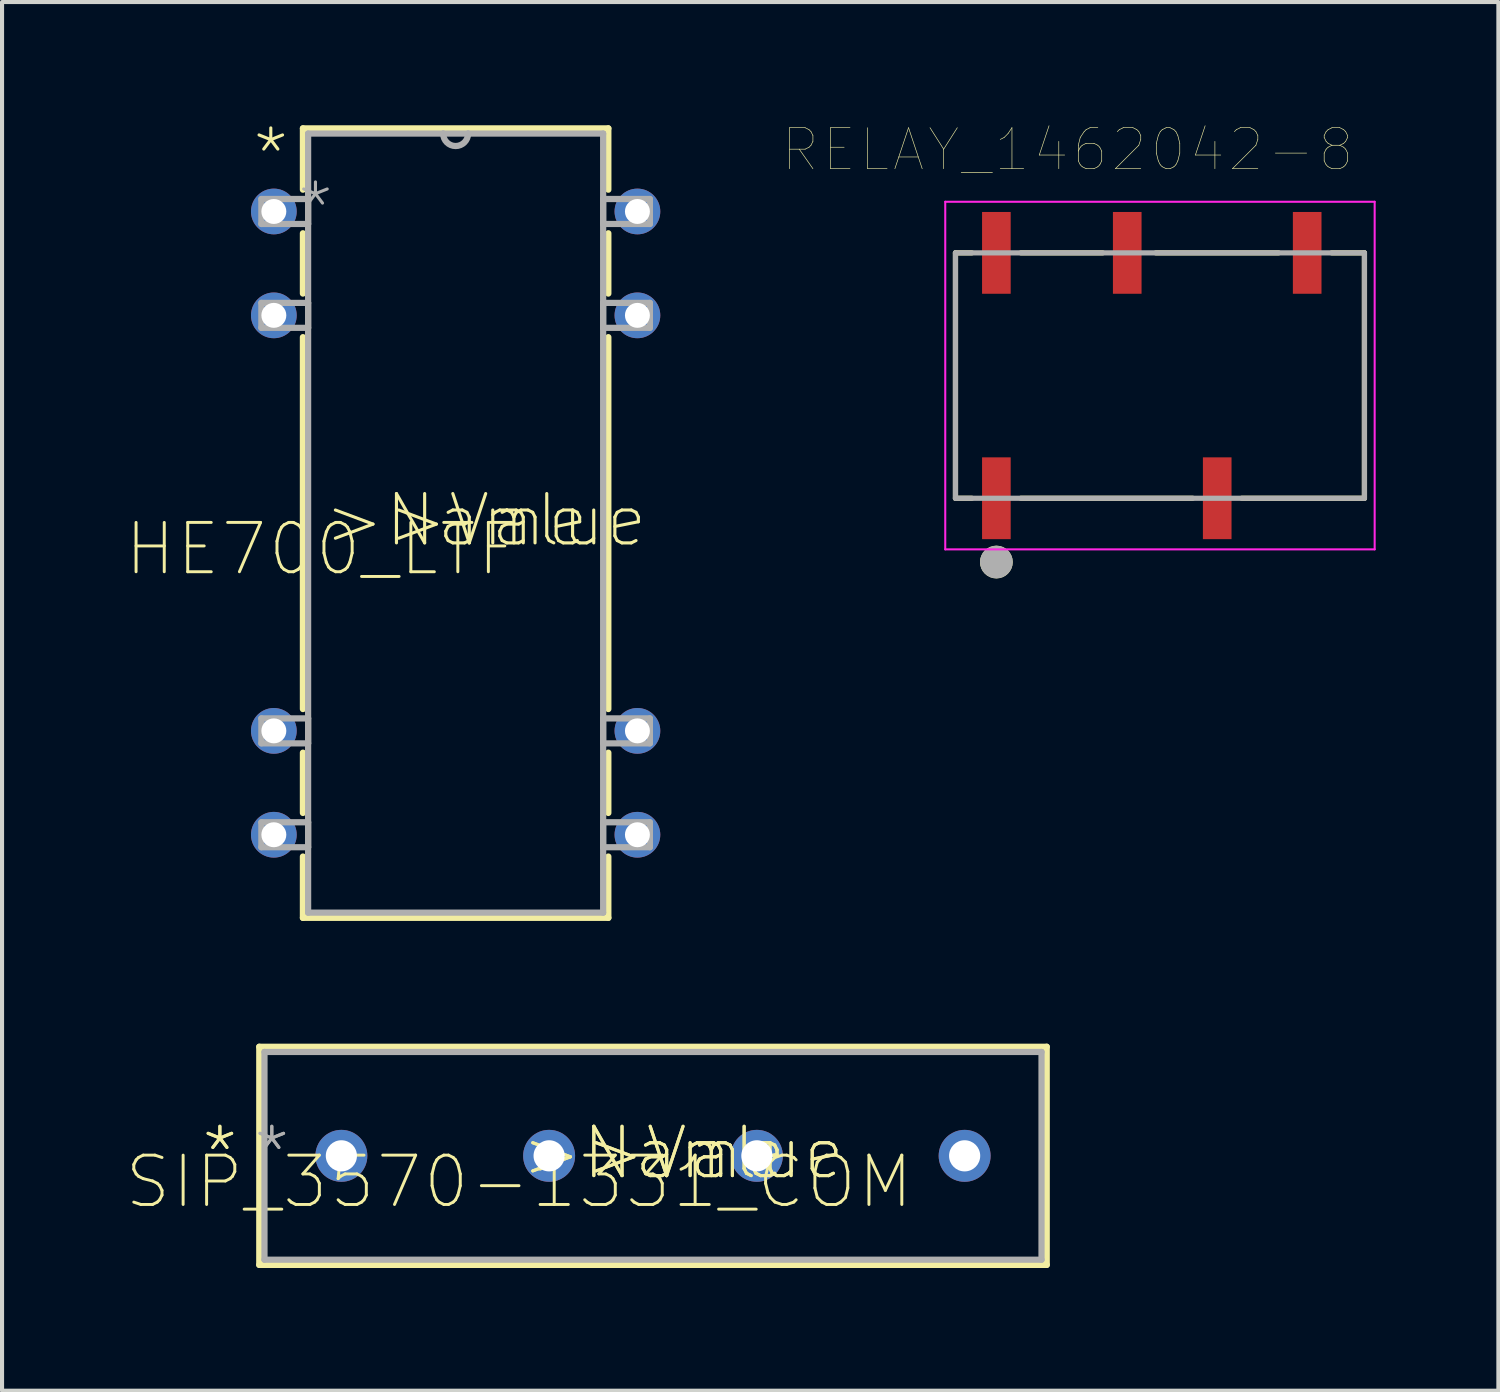
<source format=kicad_pcb>
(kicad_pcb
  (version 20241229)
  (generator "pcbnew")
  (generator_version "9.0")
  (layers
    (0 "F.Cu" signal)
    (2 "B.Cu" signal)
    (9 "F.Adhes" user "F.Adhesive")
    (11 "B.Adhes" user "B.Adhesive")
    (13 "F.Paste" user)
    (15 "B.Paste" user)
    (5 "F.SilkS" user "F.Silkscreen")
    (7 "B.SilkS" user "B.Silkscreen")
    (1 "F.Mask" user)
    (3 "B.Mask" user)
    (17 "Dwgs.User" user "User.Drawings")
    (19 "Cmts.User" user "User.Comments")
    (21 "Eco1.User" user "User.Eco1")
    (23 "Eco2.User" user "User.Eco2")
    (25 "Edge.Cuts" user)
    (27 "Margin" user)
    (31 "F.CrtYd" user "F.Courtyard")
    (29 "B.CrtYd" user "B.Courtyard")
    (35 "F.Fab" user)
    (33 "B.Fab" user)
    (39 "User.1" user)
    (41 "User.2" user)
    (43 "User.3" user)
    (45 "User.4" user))
  (footprint "RELAY_1462042-8"
    (layer "F.Cu")
    (at 25.313 6.133)
    (property "Reference" "RELAY_1462042-8" (at -2.259 -5.521 0) (layer "F.SilkS") (effects (font (size 1.002 1.002) (thickness 0.015))))
    (attr through_hole)
    (fp_line (start -5 -3) (end -5 3) (stroke (width 0.127) (type solid)) (layer "F.SilkS"))
    (fp_line (start -5 3) (end -4.6 3) (stroke (width 0.127) (type solid)) (layer "F.SilkS"))
    (fp_line (start -4.6 -3) (end -5 -3) (stroke (width 0.127) (type solid)) (layer "F.SilkS"))
    (fp_line (start -3.4 -3) (end -1.4 -3) (stroke (width 0.127) (type solid)) (layer "F.SilkS"))
    (fp_line (start -3.4 3) (end 0.8 3) (stroke (width 0.127) (type solid)) (layer "F.SilkS"))
    (fp_line (start -0.1 -3) (end 2.9 -3) (stroke (width 0.127) (type solid)) (layer "F.SilkS"))
    (fp_line (start 2 3) (end 5 3) (stroke (width 0.127) (type solid)) (layer "F.SilkS"))
    (fp_line (start 4.2 -3) (end 5 -3) (stroke (width 0.127) (type solid)) (layer "F.SilkS"))
    (fp_line (start 5 3) (end 5 -3) (stroke (width 0.127) (type solid)) (layer "F.SilkS"))
    (fp_circle (center -4 4.56) (end -3.8 4.56) (stroke (width 0.4) (type solid)) (fill no) (layer "F.SilkS"))
    (fp_line (start -5.25 -4.25) (end -5.25 4.25) (stroke (width 0.05) (type solid)) (layer "F.CrtYd"))
    (fp_line (start -5.25 4.25) (end 5.25 4.25) (stroke (width 0.05) (type solid)) (layer "F.CrtYd"))
    (fp_line (start 5.25 -4.25) (end -5.25 -4.25) (stroke (width 0.05) (type solid)) (layer "F.CrtYd"))
    (fp_line (start 5.25 4.25) (end 5.25 -4.25) (stroke (width 0.05) (type solid)) (layer "F.CrtYd"))
    (fp_line (start -5 -3) (end -5 3) (stroke (width 0.127) (type solid)) (layer "F.Fab"))
    (fp_line (start -5 3) (end 5 3) (stroke (width 0.127) (type solid)) (layer "F.Fab"))
    (fp_line (start 5 -3) (end -5 -3) (stroke (width 0.127) (type solid)) (layer "F.Fab"))
    (fp_line (start 5 3) (end 5 -3) (stroke (width 0.127) (type solid)) (layer "F.Fab"))
    (fp_circle (center -4 4.56) (end -3.8 4.56) (stroke (width 0.4) (type solid)) (fill no) (layer "F.Fab"))
    (pad "1" smd rect (at -4 3) (size 0.7 2) (layers "F.Cu" "F.Mask" "F.Paste"))
    (pad "3" smd rect (at 1.4 3) (size 0.7 2) (layers "F.Cu" "F.Mask" "F.Paste"))
    (pad "5" smd rect (at 3.6 -3) (size 0.7 2) (layers "F.Cu" "F.Mask" "F.Paste"))
    (pad "7" smd rect (at -0.8 -3) (size 0.7 2) (layers "F.Cu" "F.Mask" "F.Paste"))
    (pad "8" smd rect (at -4 -3) (size 0.7 2) (layers "F.Cu" "F.Mask" "F.Paste")))
  (footprint "SIP_3570-1331_COM"
    (layer "F.Cu")
    (at 5.297 25.212)
    (property "Reference" "SIP_3570-1331_COM" (at 4.343 0.635 0) (layer "F.SilkS") (effects (font (size 1.206 1.206) (thickness 0.072))))
    (attr through_hole)
    (fp_line (start -2.007 -2.667) (end -2.007 2.667) (stroke (width 0.152) (type solid)) (layer "F.SilkS"))
    (fp_line (start -2.007 2.667) (end 17.247 2.667) (stroke (width 0.152) (type solid)) (layer "F.SilkS"))
    (fp_line (start 17.247 -2.667) (end -2.007 -2.667) (stroke (width 0.152) (type solid)) (layer "F.SilkS"))
    (fp_line (start 17.247 2.667) (end 17.247 -2.667) (stroke (width 0.152) (type solid)) (layer "F.SilkS"))
    (fp_line (start -1.88 -2.54) (end -1.88 2.54) (stroke (width 0.152) (type solid)) (layer "F.Fab"))
    (fp_line (start -1.88 2.54) (end 17.12 2.54) (stroke (width 0.152) (type solid)) (layer "F.Fab"))
    (fp_line (start 17.12 -2.54) (end -1.88 -2.54) (stroke (width 0.152) (type solid)) (layer "F.Fab"))
    (fp_line (start 17.12 2.54) (end 17.12 -2.54) (stroke (width 0.152) (type solid)) (layer "F.Fab"))
    (fp_text user ">Value" (at 5.893 0.635 0) (layer "F.SilkS") (effects (font (size 1.206 1.206) (thickness 0.076)) (justify left bottom)))
    (fp_text user ">Name" (at 4.343 0.635 0) (layer "F.SilkS") (effects (font (size 1.206 1.206) (thickness 0.076)) (justify left bottom)))
    (fp_text user "*" (at -3.48 0.635 0) (layer "F.SilkS") (effects (font (size 1.206 1.206) (thickness 0.076)) (justify left bottom)))
    (fp_text user ">Name" (at 4.343 0.635 0) (layer "F.SilkS") (effects (font (size 1.206 1.206) (thickness 0.076)) (justify left bottom)))
    (fp_text user ">Value" (at 5.893 0.635 0) (layer "F.SilkS") (effects (font (size 1.206 1.206) (thickness 0.076)) (justify left bottom)))
    (fp_text user "*" (at -3.48 0.635 0) (layer "F.SilkS") (effects (font (size 1.206 1.206) (thickness 0.076)) (justify left bottom)))
    (fp_text user "*" (at -2.21 0.635 0) (layer "F.Fab") (effects (font (size 1.206 1.206) (thickness 0.076)) (justify left bottom)))
    (fp_text user "*" (at -2.21 0.635 0) (layer "F.Fab") (effects (font (size 1.206 1.206) (thickness 0.076)) (justify left bottom)))
    (pad "1" thru_hole circle (at 0 0) (size 1.27 1.27) (drill 0.762) (layers "*.Cu" "*.Mask"))
    (pad "2" thru_hole circle (at 5.08 0) (size 1.27 1.27) (drill 0.762) (layers "*.Cu" "*.Mask"))
    (pad "3" thru_hole circle (at 10.16 0) (size 1.27 1.27) (drill 0.762) (layers "*.Cu" "*.Mask"))
    (pad "4" thru_hole circle (at 15.24 0) (size 1.27 1.27) (drill 0.762) (layers "*.Cu" "*.Mask")))
  (footprint "HE700_LTF"
    (layer "F.Cu")
    (at 3.646 2.121)
    (property "Reference" "HE700_LTF" (at 1.168 8.255 0) (layer "F.SilkS") (effects (font (size 1.206 1.206) (thickness 0.072))))
    (attr through_hole)
    (fp_line (start 0.711 -2.032) (end 0.711 -0.533) (stroke (width 0.152) (type solid)) (layer "F.SilkS"))
    (fp_line (start 0.711 0.533) (end 0.711 2.007) (stroke (width 0.152) (type solid)) (layer "F.SilkS"))
    (fp_line (start 0.711 3.073) (end 0.711 12.167) (stroke (width 0.152) (type solid)) (layer "F.SilkS"))
    (fp_line (start 0.711 13.233) (end 0.711 14.707) (stroke (width 0.152) (type solid)) (layer "F.SilkS"))
    (fp_line (start 0.711 15.773) (end 0.711 17.272) (stroke (width 0.152) (type solid)) (layer "F.SilkS"))
    (fp_line (start 0.711 17.272) (end 8.179 17.272) (stroke (width 0.152) (type solid)) (layer "F.SilkS"))
    (fp_line (start 8.179 -2.032) (end 0.711 -2.032) (stroke (width 0.152) (type solid)) (layer "F.SilkS"))
    (fp_line (start 8.179 -0.533) (end 8.179 -2.032) (stroke (width 0.152) (type solid)) (layer "F.SilkS"))
    (fp_line (start 8.179 2.007) (end 8.179 0.533) (stroke (width 0.152) (type solid)) (layer "F.SilkS"))
    (fp_line (start 8.179 12.167) (end 8.179 3.073) (stroke (width 0.152) (type solid)) (layer "F.SilkS"))
    (fp_line (start 8.179 14.707) (end 8.179 13.233) (stroke (width 0.152) (type solid)) (layer "F.SilkS"))
    (fp_line (start 8.179 17.272) (end 8.179 15.773) (stroke (width 0.152) (type solid)) (layer "F.SilkS"))
    (fp_line (start -0.305 -0.305) (end -0.305 0.305) (stroke (width 0.152) (type solid)) (layer "F.Fab"))
    (fp_line (start -0.305 0.305) (end 0.838 0.305) (stroke (width 0.152) (type solid)) (layer "F.Fab"))
    (fp_line (start -0.305 2.235) (end -0.305 2.845) (stroke (width 0.152) (type solid)) (layer "F.Fab"))
    (fp_line (start -0.305 2.845) (end 0.838 2.845) (stroke (width 0.152) (type solid)) (layer "F.Fab"))
    (fp_line (start -0.305 12.395) (end -0.305 13.005) (stroke (width 0.152) (type solid)) (layer "F.Fab"))
    (fp_line (start -0.305 13.005) (end 0.838 13.005) (stroke (width 0.152) (type solid)) (layer "F.Fab"))
    (fp_line (start -0.305 14.935) (end -0.305 15.545) (stroke (width 0.152) (type solid)) (layer "F.Fab"))
    (fp_line (start -0.305 15.545) (end 0.838 15.545) (stroke (width 0.152) (type solid)) (layer "F.Fab"))
    (fp_line (start 0.838 -1.905) (end 0.838 17.145) (stroke (width 0.152) (type solid)) (layer "F.Fab"))
    (fp_line (start 0.838 -0.305) (end -0.305 -0.305) (stroke (width 0.152) (type solid)) (layer "F.Fab"))
    (fp_line (start 0.838 0.305) (end 0.838 -0.305) (stroke (width 0.152) (type solid)) (layer "F.Fab"))
    (fp_line (start 0.838 2.235) (end -0.305 2.235) (stroke (width 0.152) (type solid)) (layer "F.Fab"))
    (fp_line (start 0.838 2.845) (end 0.838 2.235) (stroke (width 0.152) (type solid)) (layer "F.Fab"))
    (fp_line (start 0.838 12.395) (end -0.305 12.395) (stroke (width 0.152) (type solid)) (layer "F.Fab"))
    (fp_line (start 0.838 13.005) (end 0.838 12.395) (stroke (width 0.152) (type solid)) (layer "F.Fab"))
    (fp_line (start 0.838 14.935) (end -0.305 14.935) (stroke (width 0.152) (type solid)) (layer "F.Fab"))
    (fp_line (start 0.838 15.545) (end 0.838 14.935) (stroke (width 0.152) (type solid)) (layer "F.Fab"))
    (fp_line (start 0.838 17.145) (end 8.052 17.145) (stroke (width 0.152) (type solid)) (layer "F.Fab"))
    (fp_line (start 4.14 -1.905) (end 0.838 -1.905) (stroke (width 0.152) (type solid)) (layer "F.Fab"))
    (fp_line (start 4.75 -1.905) (end 4.14 -1.905) (stroke (width 0.152) (type solid)) (layer "F.Fab"))
    (fp_line (start 8.052 -1.905) (end 4.75 -1.905) (stroke (width 0.152) (type solid)) (layer "F.Fab"))
    (fp_line (start 8.052 -0.305) (end 8.052 0.305) (stroke (width 0.152) (type solid)) (layer "F.Fab"))
    (fp_line (start 8.052 0.305) (end 9.195 0.305) (stroke (width 0.152) (type solid)) (layer "F.Fab"))
    (fp_line (start 8.052 2.235) (end 8.052 2.845) (stroke (width 0.152) (type solid)) (layer "F.Fab"))
    (fp_line (start 8.052 2.845) (end 9.195 2.845) (stroke (width 0.152) (type solid)) (layer "F.Fab"))
    (fp_line (start 8.052 12.395) (end 8.052 13.005) (stroke (width 0.152) (type solid)) (layer "F.Fab"))
    (fp_line (start 8.052 13.005) (end 9.195 13.005) (stroke (width 0.152) (type solid)) (layer "F.Fab"))
    (fp_line (start 8.052 14.935) (end 8.052 15.545) (stroke (width 0.152) (type solid)) (layer "F.Fab"))
    (fp_line (start 8.052 15.545) (end 9.195 15.545) (stroke (width 0.152) (type solid)) (layer "F.Fab"))
    (fp_line (start 8.052 17.145) (end 8.052 -1.905) (stroke (width 0.152) (type solid)) (layer "F.Fab"))
    (fp_line (start 9.195 -0.305) (end 8.052 -0.305) (stroke (width 0.152) (type solid)) (layer "F.Fab"))
    (fp_line (start 9.195 0.305) (end 9.195 -0.305) (stroke (width 0.152) (type solid)) (layer "F.Fab"))
    (fp_line (start 9.195 2.235) (end 8.052 2.235) (stroke (width 0.152) (type solid)) (layer "F.Fab"))
    (fp_line (start 9.195 2.845) (end 9.195 2.235) (stroke (width 0.152) (type solid)) (layer "F.Fab"))
    (fp_line (start 9.195 12.395) (end 8.052 12.395) (stroke (width 0.152) (type solid)) (layer "F.Fab"))
    (fp_line (start 9.195 13.005) (end 9.195 12.395) (stroke (width 0.152) (type solid)) (layer "F.Fab"))
    (fp_line (start 9.195 14.935) (end 8.052 14.935) (stroke (width 0.152) (type solid)) (layer "F.Fab"))
    (fp_line (start 9.195 15.545) (end 9.195 14.935) (stroke (width 0.152) (type solid)) (layer "F.Fab"))
    (fp_arc (start 4.7498 -1.905) (mid 4.445 -1.6002) (end 4.1402 -1.905) (stroke (width 0.1524) (type solid)) (layer "F.Fab"))
    (fp_text user ">Name" (at 1.168 8.255 0) (layer "F.SilkS") (effects (font (size 1.206 1.206) (thickness 0.076)) (justify left bottom)))
    (fp_text user "*" (at -0.584 -0.686 0) (layer "F.SilkS") (effects (font (size 1.206 1.206) (thickness 0.076)) (justify left bottom)))
    (fp_text user ">Value" (at 2.718 8.255 0) (layer "F.SilkS") (effects (font (size 1.206 1.206) (thickness 0.076)) (justify left bottom)))
    (fp_text user "*" (at 0.508 0.635 0) (layer "F.Fab") (effects (font (size 1.206 1.206) (thickness 0.076)) (justify left bottom)))
    (pad "1" thru_hole circle (at 0 0) (size 1.118 1.118) (drill 0.61) (layers "*.Cu" "*.Mask"))
    (pad "2" thru_hole circle (at 0 2.54) (size 1.118 1.118) (drill 0.61) (layers "*.Cu" "*.Mask"))
    (pad "6" thru_hole circle (at 0 12.7) (size 1.118 1.118) (drill 0.61) (layers "*.Cu" "*.Mask"))
    (pad "7" thru_hole circle (at 0 15.24) (size 1.118 1.118) (drill 0.61) (layers "*.Cu" "*.Mask"))
    (pad "8" thru_hole circle (at 8.89 15.24) (size 1.118 1.118) (drill 0.61) (layers "*.Cu" "*.Mask"))
    (pad "9" thru_hole circle (at 8.89 12.7) (size 1.118 1.118) (drill 0.61) (layers "*.Cu" "*.Mask"))
    (pad "13" thru_hole circle (at 8.89 2.54) (size 1.118 1.118) (drill 0.61) (layers "*.Cu" "*.Mask"))
    (pad "14" thru_hole circle (at 8.89 0) (size 1.118 1.118) (drill 0.61) (layers "*.Cu" "*.Mask")))
  (gr_rect
    (start -3 -3)
    (end 33.588 30.956)
    (stroke (width 0.1) (type default))
    (fill no)
    (layer "Edge.Cuts")))
</source>
